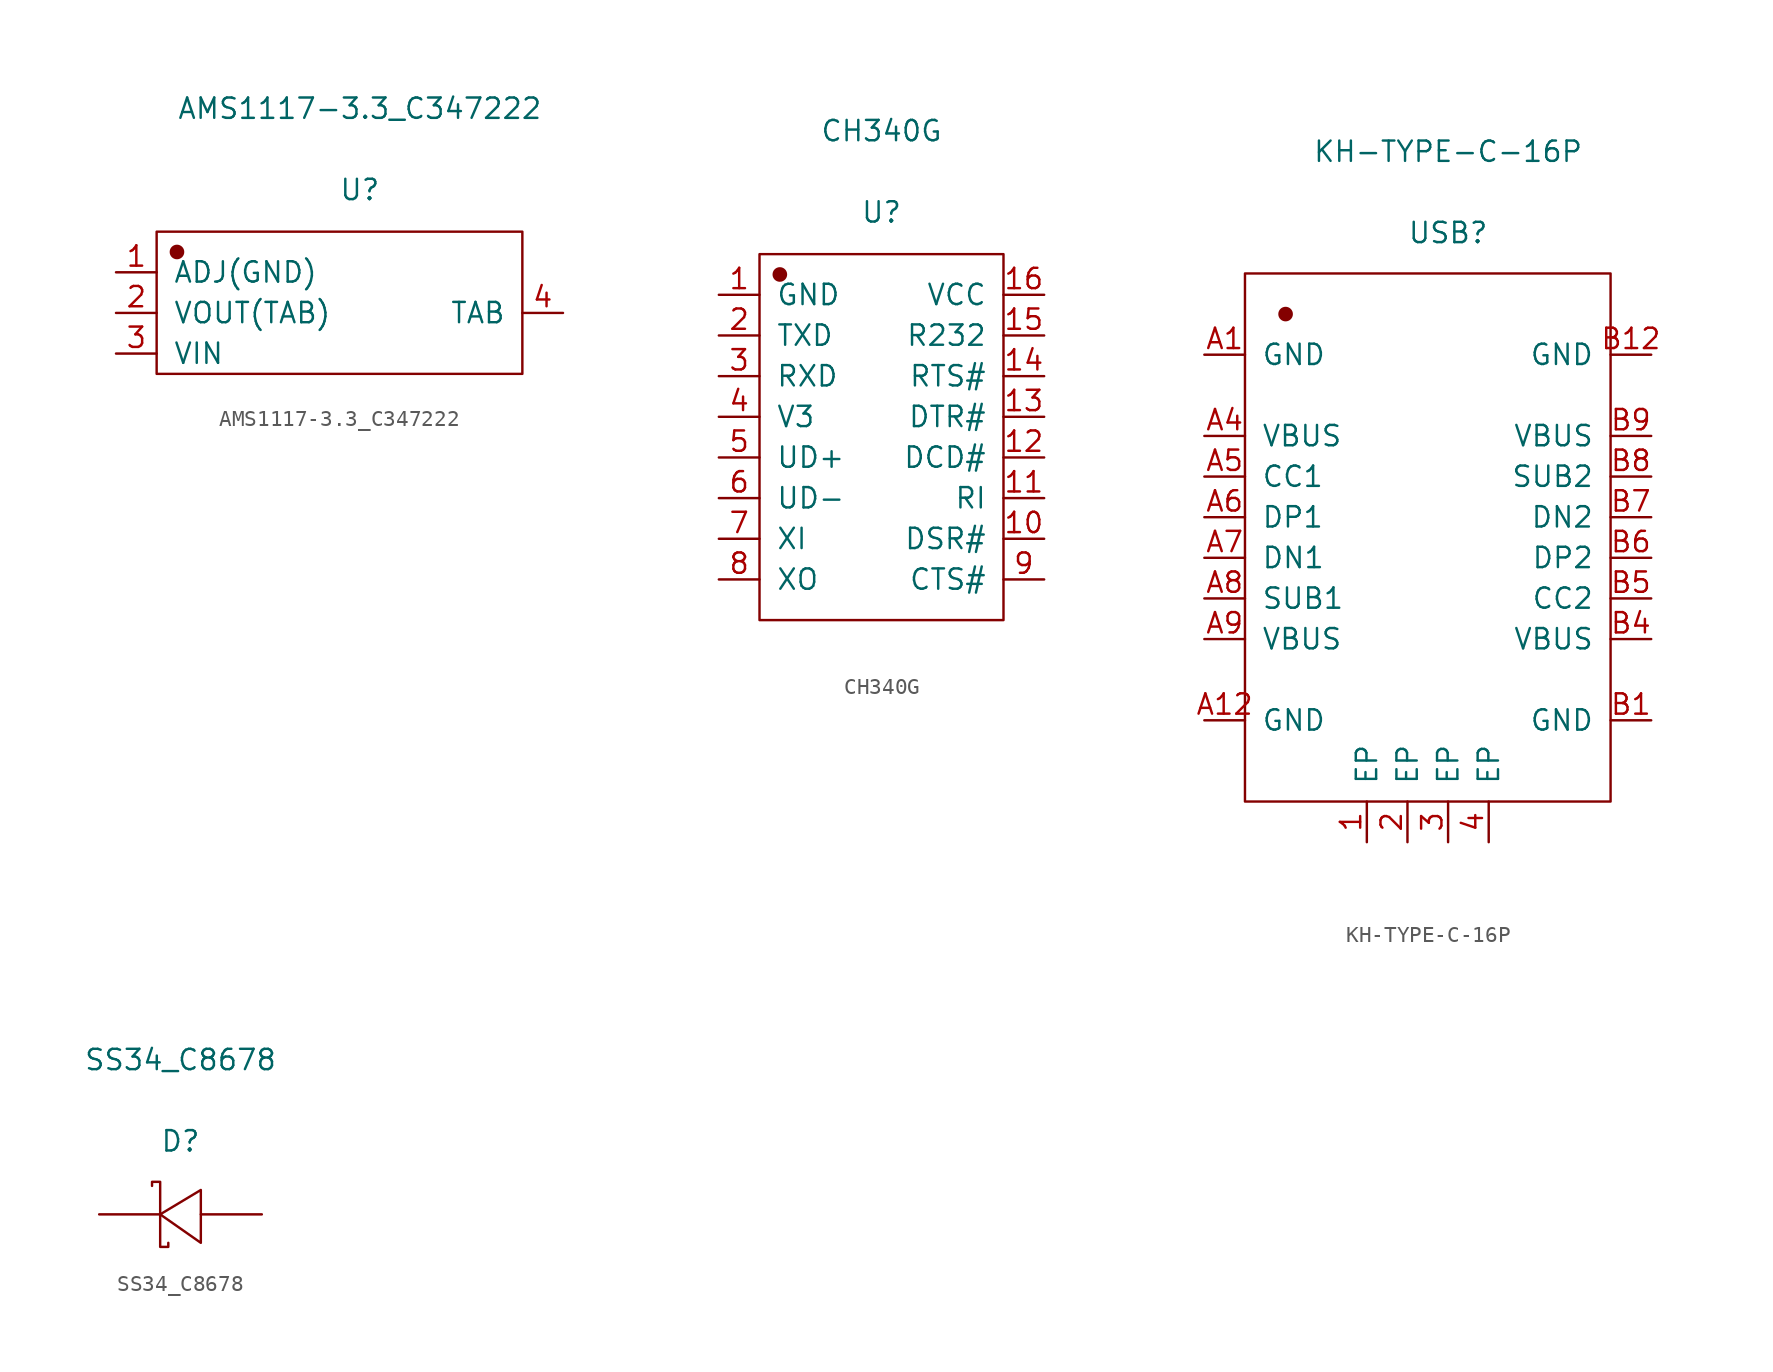
<source format=kicad_sym>
(kicad_symbol_lib
  (version 20211014)
  (generator kicad_symbol_editor)
  (symbol "AMS1117-3.3_C347222"
    (pin_names
      (offset 1.016))
    (property "Reference" "U"
      (at 0 7.696 0)
      (effects (font (size 1.27 1.27))))
    (property "Value" "AMS1117-3.3_C347222"
      (at 0 12.776 0)
      (effects (font (size 1.27 1.27))))
    (symbol "AMS1117-3.3_C347222_1_1"
      (rectangle (start -12.7 5.08) (end 10.16 -3.81) (stroke (width 0.152) (type default) (color 0 0 0 0)) (fill (type none)))
      (circle (center -11.43 3.81) (radius 0.381) (stroke (width 0.152) (type default) (color 0 0 0 0)) (fill (type outline)))
      (pin input line (at -15.24 2.54 0) (length 2.54) (name "ADJ(GND)" (effects (font (size 1.27 1.27)))) (number "1" (effects (font (size 1.27 1.27)))))
      (pin input line (at -15.24 0 0) (length 2.54) (name "VOUT(TAB)" (effects (font (size 1.27 1.27)))) (number "2" (effects (font (size 1.27 1.27)))))
      (pin input line (at -15.24 -2.54 0) (length 2.54) (name "VIN" (effects (font (size 1.27 1.27)))) (number "3" (effects (font (size 1.27 1.27)))))
      (pin input line (at 12.7 0 180) (length 2.54) (name "TAB" (effects (font (size 1.27 1.27)))) (number "4" (effects (font (size 1.27 1.27)))))))
  (symbol "CH340G"
    (pin_names
      (offset 1.016))
    (property "Reference" "U"
      (at 0 14.046 0)
      (effects (font (size 1.27 1.27))))
    (property "Value" "CH340G"
      (at 0 19.126 0)
      (effects (font (size 1.27 1.27))))
    (symbol "CH340G_1_1"
      (rectangle (start -7.62 11.43) (end 7.62 -11.43) (stroke (width 0.152) (type default) (color 0 0 0 0)) (fill (type none)))
      (circle (center -6.35 10.16) (radius 0.381) (stroke (width 0.152) (type default) (color 0 0 0 0)) (fill (type outline)))
      (pin power_in line (at -10.16 8.89 0) (length 2.54) (name "GND" (effects (font (size 1.27 1.27)))) (number "1" (effects (font (size 1.27 1.27)))))
      (pin input line (at 10.16 -6.35 180) (length 2.54) (name "DSR#" (effects (font (size 1.27 1.27)))) (number "10" (effects (font (size 1.27 1.27)))))
      (pin input line (at 10.16 -3.81 180) (length 2.54) (name "RI" (effects (font (size 1.27 1.27)))) (number "11" (effects (font (size 1.27 1.27)))))
      (pin input line (at 10.16 -1.27 180) (length 2.54) (name "DCD#" (effects (font (size 1.27 1.27)))) (number "12" (effects (font (size 1.27 1.27)))))
      (pin output line (at 10.16 1.27 180) (length 2.54) (name "DTR#" (effects (font (size 1.27 1.27)))) (number "13" (effects (font (size 1.27 1.27)))))
      (pin output line (at 10.16 3.81 180) (length 2.54) (name "RTS#" (effects (font (size 1.27 1.27)))) (number "14" (effects (font (size 1.27 1.27)))))
      (pin input line (at 10.16 6.35 180) (length 2.54) (name "R232" (effects (font (size 1.27 1.27)))) (number "15" (effects (font (size 1.27 1.27)))))
      (pin power_in line (at 10.16 8.89 180) (length 2.54) (name "VCC" (effects (font (size 1.27 1.27)))) (number "16" (effects (font (size 1.27 1.27)))))
      (pin output line (at -10.16 6.35 0) (length 2.54) (name "TXD" (effects (font (size 1.27 1.27)))) (number "2" (effects (font (size 1.27 1.27)))))
      (pin input line (at -10.16 3.81 0) (length 2.54) (name "RXD" (effects (font (size 1.27 1.27)))) (number "3" (effects (font (size 1.27 1.27)))))
      (pin passive line (at -10.16 1.27 0) (length 2.54) (name "V3" (effects (font (size 1.27 1.27)))) (number "4" (effects (font (size 1.27 1.27)))))
      (pin bidirectional line (at -10.16 -1.27 0) (length 2.54) (name "UD+" (effects (font (size 1.27 1.27)))) (number "5" (effects (font (size 1.27 1.27)))))
      (pin bidirectional line (at -10.16 -3.81 0) (length 2.54) (name "UD-" (effects (font (size 1.27 1.27)))) (number "6" (effects (font (size 1.27 1.27)))))
      (pin input line (at -10.16 -6.35 0) (length 2.54) (name "XI" (effects (font (size 1.27 1.27)))) (number "7" (effects (font (size 1.27 1.27)))))
      (pin output line (at -10.16 -8.89 0) (length 2.54) (name "XO" (effects (font (size 1.27 1.27)))) (number "8" (effects (font (size 1.27 1.27)))))
      (pin input line (at 10.16 -8.89 180) (length 2.54) (name "CTS#" (effects (font (size 1.27 1.27)))) (number "9" (effects (font (size 1.27 1.27)))))))
  (symbol "KH-TYPE-C-16P"
    (pin_names
      (offset 1.016))
    (property "Reference" "USB"
      (at 0 20.32 0)
      (effects (font (size 1.27 1.27))))
    (property "Value" "KH-TYPE-C-16P"
      (at 0 25.4 0)
      (effects (font (size 1.27 1.27))))
    (symbol "KH-TYPE-C-16P_1_1"
      (rectangle (start -12.7 17.78) (end 10.16 -15.24) (stroke (width 0.152) (type default) (color 0 0 0 0)) (fill (type none)))
      (circle (center -10.16 15.24) (radius 0.381) (stroke (width 0.152) (type default) (color 0 0 0 0)) (fill (type outline)))
      (pin input line (at -5.08 -17.78 90) (length 2.54) (name "EP" (effects (font (size 1.27 1.27)))) (number "1" (effects (font (size 1.27 1.27)))))
      (pin input line (at -2.54 -17.78 90) (length 2.54) (name "EP" (effects (font (size 1.27 1.27)))) (number "2" (effects (font (size 1.27 1.27)))))
      (pin input line (at 0 -17.78 90) (length 2.54) (name "EP" (effects (font (size 1.27 1.27)))) (number "3" (effects (font (size 1.27 1.27)))))
      (pin input line (at 2.54 -17.78 90) (length 2.54) (name "EP" (effects (font (size 1.27 1.27)))) (number "4" (effects (font (size 1.27 1.27)))))
      (pin passive line (at -15.24 12.7 0) (length 2.54) (name "GND" (effects (font (size 1.27 1.27)))) (number "A1" (effects (font (size 1.27 1.27)))))
      (pin passive line (at -15.24 -10.16 0) (length 2.54) (name "GND" (effects (font (size 1.27 1.27)))) (number "A12" (effects (font (size 1.27 1.27)))))
      (pin passive line (at -15.24 7.62 0) (length 2.54) (name "VBUS" (effects (font (size 1.27 1.27)))) (number "A4" (effects (font (size 1.27 1.27)))))
      (pin bidirectional line (at -15.24 5.08 0) (length 2.54) (name "CC1" (effects (font (size 1.27 1.27)))) (number "A5" (effects (font (size 1.27 1.27)))))
      (pin bidirectional line (at -15.24 2.54 0) (length 2.54) (name "DP1" (effects (font (size 1.27 1.27)))) (number "A6" (effects (font (size 1.27 1.27)))))
      (pin bidirectional line (at -15.24 0 0) (length 2.54) (name "DN1" (effects (font (size 1.27 1.27)))) (number "A7" (effects (font (size 1.27 1.27)))))
      (pin bidirectional line (at -15.24 -2.54 0) (length 2.54) (name "SUB1" (effects (font (size 1.27 1.27)))) (number "A8" (effects (font (size 1.27 1.27)))))
      (pin passive line (at -15.24 -5.08 0) (length 2.54) (name "VBUS" (effects (font (size 1.27 1.27)))) (number "A9" (effects (font (size 1.27 1.27)))))
      (pin passive line (at 12.7 -10.16 180) (length 2.54) (name "GND" (effects (font (size 1.27 1.27)))) (number "B1" (effects (font (size 1.27 1.27)))))
      (pin passive line (at 12.7 12.7 180) (length 2.54) (name "GND" (effects (font (size 1.27 1.27)))) (number "B12" (effects (font (size 1.27 1.27)))))
      (pin passive line (at 12.7 -5.08 180) (length 2.54) (name "VBUS" (effects (font (size 1.27 1.27)))) (number "B4" (effects (font (size 1.27 1.27)))))
      (pin bidirectional line (at 12.7 -2.54 180) (length 2.54) (name "CC2" (effects (font (size 1.27 1.27)))) (number "B5" (effects (font (size 1.27 1.27)))))
      (pin bidirectional line (at 12.7 0 180) (length 2.54) (name "DP2" (effects (font (size 1.27 1.27)))) (number "B6" (effects (font (size 1.27 1.27)))))
      (pin bidirectional line (at 12.7 2.54 180) (length 2.54) (name "DN2" (effects (font (size 1.27 1.27)))) (number "B7" (effects (font (size 1.27 1.27)))))
      (pin bidirectional line (at 12.7 5.08 180) (length 2.54) (name "SUB2" (effects (font (size 1.27 1.27)))) (number "B8" (effects (font (size 1.27 1.27)))))
      (pin passive line (at 12.7 7.62 180) (length 2.54) (name "VBUS" (effects (font (size 1.27 1.27)))) (number "B9" (effects (font (size 1.27 1.27)))))))
  (symbol "SS34_C8678"
    (pin_numbers hide)
    (pin_names
      (offset 1.016) hide)
    (property "Reference" "D"
      (at 0 4.572 0)
      (effects (font (size 1.27 1.27))))
    (property "Value" "SS34_C8678"
      (at 0 9.652 0)
      (effects (font (size 1.27 1.27))))
    (symbol "SS34_C8678_1_1"
      (polyline (pts (xy -1.27 0) (xy -1.27 -2.032) (xy -0.762 -2.032) (xy -0.762 -1.778)) (stroke (width 0.152) (type default) (color 0 0 0 0)) (fill (type none)))
      (polyline (pts (xy -1.27 0) (xy -1.27 2.032) (xy -1.778 2.032) (xy -1.778 1.778)) (stroke (width 0.152) (type default) (color 0 0 0 0)) (fill (type none)))
      (polyline (pts (xy 1.27 1.524) (xy -1.27 0) (xy 1.27 -1.778) (xy 1.27 1.524)) (stroke (width 0.152) (type default) (color 0 0 0 0)) (fill (type none)))
      (pin input line (at -5.08 0 0) (length 3.81) (name "K" (effects (font (size 1.27 1.27)))) (number "1" (effects (font (size 1.27 1.27)))))
      (pin input line (at 5.08 0 180) (length 3.81) (name "A" (effects (font (size 1.27 1.27)))) (number "2" (effects (font (size 1.27 1.27))))))))
</source>
